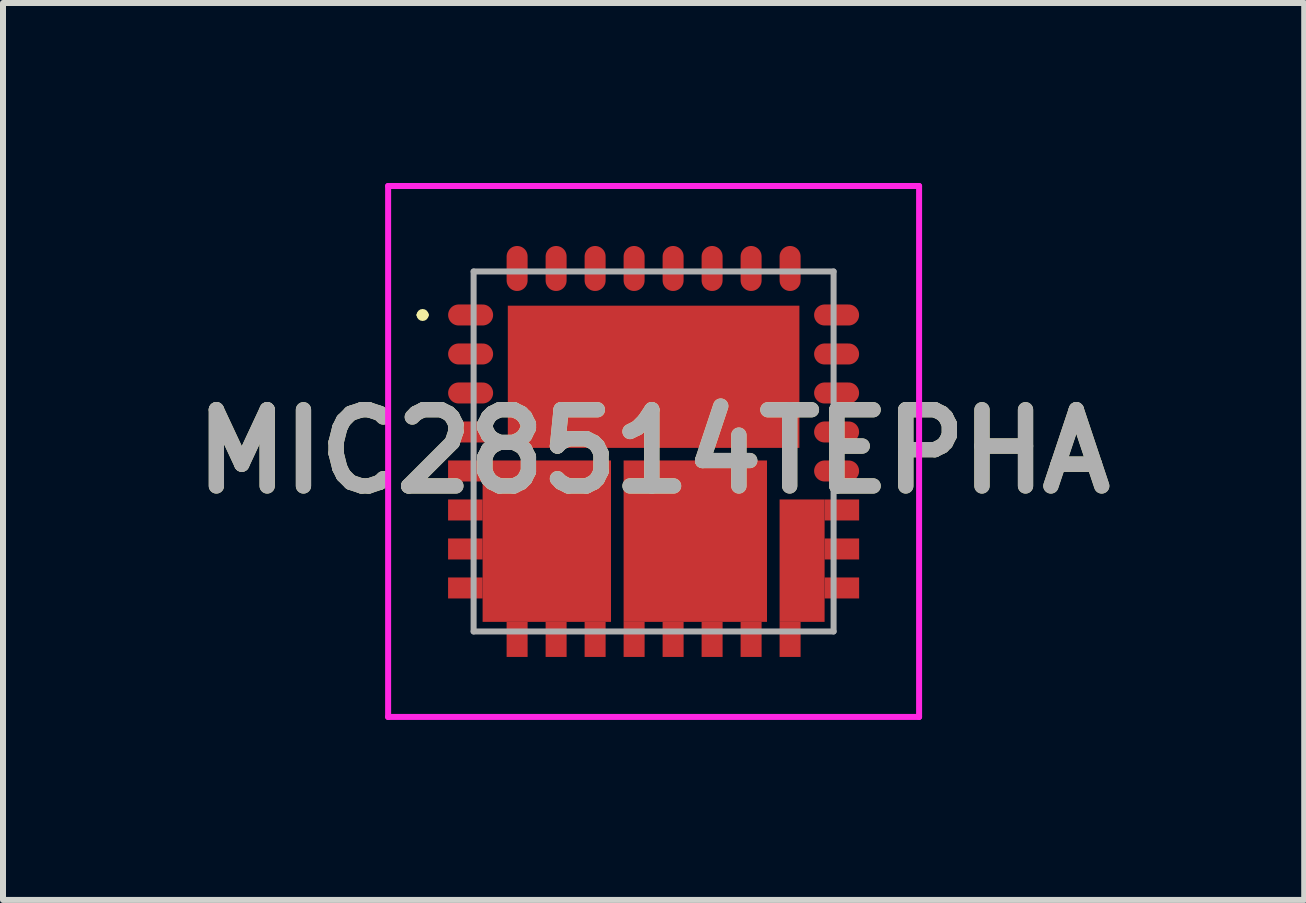
<source format=kicad_pcb>
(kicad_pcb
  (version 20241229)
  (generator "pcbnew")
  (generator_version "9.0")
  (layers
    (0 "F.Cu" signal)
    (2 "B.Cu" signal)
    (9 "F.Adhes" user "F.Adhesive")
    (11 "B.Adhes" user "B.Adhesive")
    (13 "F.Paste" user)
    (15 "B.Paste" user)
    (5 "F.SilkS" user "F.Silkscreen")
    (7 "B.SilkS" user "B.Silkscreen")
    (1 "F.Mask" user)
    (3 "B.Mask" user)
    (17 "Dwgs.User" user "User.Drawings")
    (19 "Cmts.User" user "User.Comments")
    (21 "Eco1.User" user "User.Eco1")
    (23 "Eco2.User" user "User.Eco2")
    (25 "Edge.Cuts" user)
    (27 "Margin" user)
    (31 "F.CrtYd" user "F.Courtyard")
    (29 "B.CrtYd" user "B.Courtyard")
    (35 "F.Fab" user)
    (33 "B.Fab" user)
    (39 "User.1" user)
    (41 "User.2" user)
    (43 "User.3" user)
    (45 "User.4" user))
  (footprint "MIC28514TEPHA"
    (layer "F.Cu")
    (at 7.844 4.475)
    (property "Reference" "MIC28514TEPHA" (at 0 0 0) (layer "F.SilkS") (effects (font (size 1.27 1.27) (thickness 0.254))))
    (attr smd)
    (fp_line (start -3.9 -2.275) (end -3.9 -2.275) (stroke (width 0.1) (type solid)) (layer "F.SilkS"))
    (fp_line (start -3.8 -2.275) (end -3.8 -2.275) (stroke (width 0.1) (type solid)) (layer "F.SilkS"))
    (fp_arc (start -3.9 -2.275) (mid -3.85 -2.325) (end -3.8 -2.275) (stroke (width 0.1) (type solid)) (layer "F.SilkS"))
    (fp_arc (start -3.8 -2.275) (mid -3.85 -2.225) (end -3.9 -2.275) (stroke (width 0.1) (type solid)) (layer "F.SilkS"))
    (fp_line (start -4.425 -4.425) (end 4.425 -4.425) (stroke (width 0.1) (type solid)) (layer "F.CrtYd"))
    (fp_line (start -4.425 4.425) (end -4.425 -4.425) (stroke (width 0.1) (type solid)) (layer "F.CrtYd"))
    (fp_line (start 4.425 -4.425) (end 4.425 4.425) (stroke (width 0.1) (type solid)) (layer "F.CrtYd"))
    (fp_line (start 4.425 4.425) (end -4.425 4.425) (stroke (width 0.1) (type solid)) (layer "F.CrtYd"))
    (fp_line (start -3 -3) (end 3 -3) (stroke (width 0.1) (type solid)) (layer "F.Fab"))
    (fp_line (start -3 3) (end -3 -3) (stroke (width 0.1) (type solid)) (layer "F.Fab"))
    (fp_line (start 3 -3) (end 3 3) (stroke (width 0.1) (type solid)) (layer "F.Fab"))
    (fp_line (start 3 3) (end -3 3) (stroke (width 0.1) (type solid)) (layer "F.Fab"))
    (fp_text user "${REFERENCE}" (at 0 0 0) (layer "F.Fab") (effects (font (size 1.27 1.27) (thickness 0.254))))
    (pad "1" smd oval (at -3.05 -2.275 90) (size 0.35 0.75) (layers "F.Cu" "F.Mask" "F.Paste"))
    (pad "2" smd oval (at -3.05 -1.625 90) (size 0.35 0.75) (layers "F.Cu" "F.Mask" "F.Paste"))
    (pad "3" smd oval (at -3.05 -0.975 90) (size 0.35 0.75) (layers "F.Cu" "F.Mask" "F.Paste"))
    (pad "4" smd oval (at -3.05 -0.325 90) (size 0.35 0.75) (layers "F.Cu" "F.Mask" "F.Paste"))
    (pad "5" smd rect (at -3.138 0.325 90) (size 0.35 0.575) (layers "F.Cu" "F.Mask" "F.Paste"))
    (pad "6" smd rect (at -3.138 0.975 90) (size 0.35 0.575) (layers "F.Cu" "F.Mask" "F.Paste"))
    (pad "7" smd rect (at -3.138 1.625 90) (size 0.35 0.575) (layers "F.Cu" "F.Mask" "F.Paste"))
    (pad "8" smd rect (at -3.138 2.275 90) (size 0.35 0.575) (layers "F.Cu" "F.Mask" "F.Paste"))
    (pad "9" smd rect (at -2.275 3.132) (size 0.35 0.585) (layers "F.Cu" "F.Mask" "F.Paste"))
    (pad "10" smd rect (at -1.625 3.132) (size 0.35 0.585) (layers "F.Cu" "F.Mask" "F.Paste"))
    (pad "11" smd rect (at -0.975 3.132) (size 0.35 0.585) (layers "F.Cu" "F.Mask" "F.Paste"))
    (pad "12" smd rect (at -0.325 3.132) (size 0.35 0.585) (layers "F.Cu" "F.Mask" "F.Paste"))
    (pad "13" smd rect (at 0.325 3.132) (size 0.35 0.585) (layers "F.Cu" "F.Mask" "F.Paste"))
    (pad "14" smd rect (at 0.975 3.132) (size 0.35 0.585) (layers "F.Cu" "F.Mask" "F.Paste"))
    (pad "15" smd rect (at 1.625 3.132) (size 0.35 0.585) (layers "F.Cu" "F.Mask" "F.Paste"))
    (pad "16" smd rect (at 2.275 3.132) (size 0.35 0.585) (layers "F.Cu" "F.Mask" "F.Paste"))
    (pad "17" smd rect (at 3.138 2.275 90) (size 0.35 0.575) (layers "F.Cu" "F.Mask" "F.Paste"))
    (pad "18" smd rect (at 3.138 1.625 90) (size 0.35 0.575) (layers "F.Cu" "F.Mask" "F.Paste"))
    (pad "19" smd rect (at 3.138 0.975 90) (size 0.35 0.575) (layers "F.Cu" "F.Mask" "F.Paste"))
    (pad "20" smd oval (at 3.05 0.325 90) (size 0.35 0.75) (layers "F.Cu" "F.Mask" "F.Paste"))
    (pad "21" smd oval (at 3.05 -0.325 90) (size 0.35 0.75) (layers "F.Cu" "F.Mask" "F.Paste"))
    (pad "22" smd oval (at 3.05 -0.975 90) (size 0.35 0.75) (layers "F.Cu" "F.Mask" "F.Paste"))
    (pad "23" smd oval (at 3.05 -1.625 90) (size 0.35 0.75) (layers "F.Cu" "F.Mask" "F.Paste"))
    (pad "24" smd oval (at 3.05 -2.275 90) (size 0.35 0.75) (layers "F.Cu" "F.Mask" "F.Paste"))
    (pad "25" smd oval (at 2.275 -3.05) (size 0.35 0.75) (layers "F.Cu" "F.Mask" "F.Paste"))
    (pad "26" smd oval (at 1.625 -3.05) (size 0.35 0.75) (layers "F.Cu" "F.Mask" "F.Paste"))
    (pad "27" smd oval (at 0.975 -3.05) (size 0.35 0.75) (layers "F.Cu" "F.Mask" "F.Paste"))
    (pad "28" smd oval (at 0.325 -3.05) (size 0.35 0.75) (layers "F.Cu" "F.Mask" "F.Paste"))
    (pad "29" smd oval (at -0.325 -3.05) (size 0.35 0.75) (layers "F.Cu" "F.Mask" "F.Paste"))
    (pad "30" smd oval (at -0.975 -3.05) (size 0.35 0.75) (layers "F.Cu" "F.Mask" "F.Paste"))
    (pad "31" smd oval (at -1.625 -3.05) (size 0.35 0.75) (layers "F.Cu" "F.Mask" "F.Paste"))
    (pad "32" smd oval (at -2.275 -3.05) (size 0.35 0.75) (layers "F.Cu" "F.Mask" "F.Paste"))
    (pad "33" smd rect (at 0 -1.245 90) (size 2.37 4.86) (layers "F.Cu" "F.Mask" "F.Paste"))
    (pad "34" smd rect (at -1.78 1.495) (size 2.14 2.69) (layers "F.Cu" "F.Mask" "F.Paste"))
    (pad "35" smd rect (at 0.695 1.495) (size 2.39 2.69) (layers "F.Cu" "F.Mask" "F.Paste"))
    (pad "36" smd rect (at 2.475 1.82) (size 0.75 2.04) (layers "F.Cu" "F.Mask" "F.Paste")))
  (gr_rect
    (start -3 -3)
    (end 18.688 11.95)
    (stroke (width 0.1) (type default))
    (fill no)
    (layer "Edge.Cuts")))
</source>
